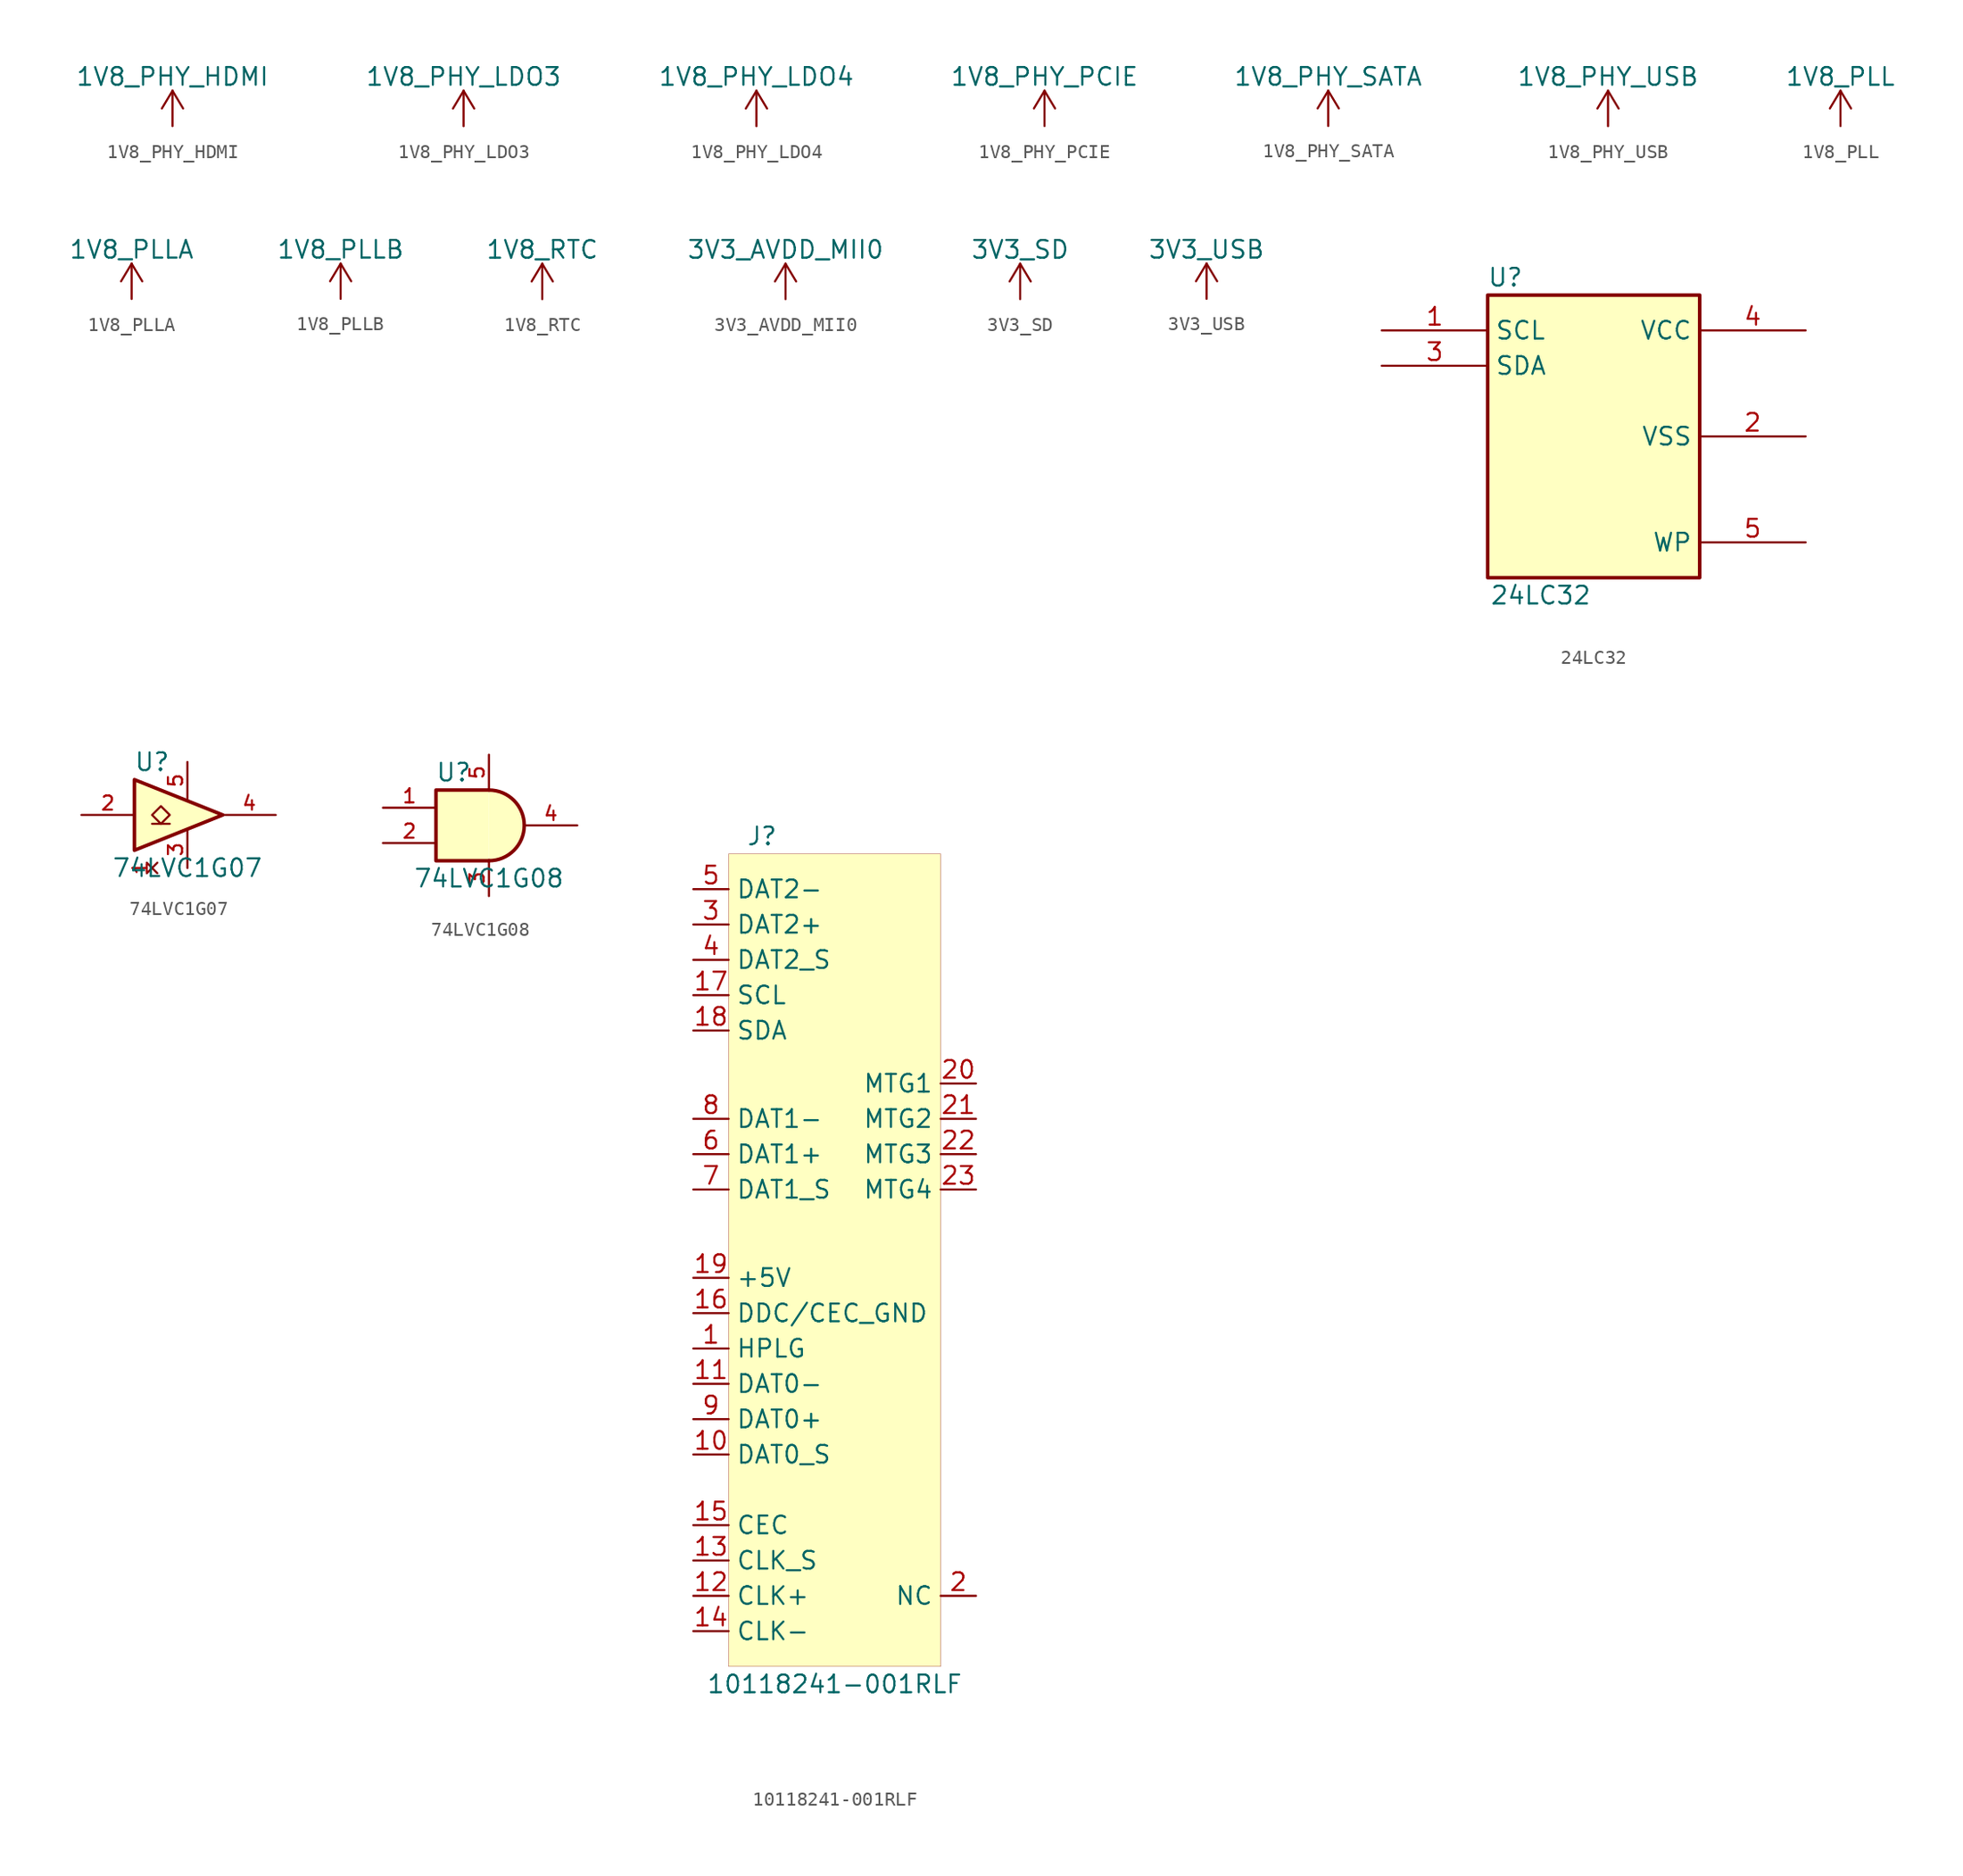
<source format=kicad_sym>
(kicad_symbol_lib
  (version 20201005)
  (generator kicad_symbol_editor)
  (symbol "beaglebone-ai:1V8_PHY_HDMI"
    (power)
    (pin_names
      (offset 0))
    (property "Reference" "#PWR"
      (at 0 -3.81 0)
      (effects (font (size 1.27 1.27)) hide))
    (property "Value" "1V8_PHY_HDMI"
      (at 0 3.556 0)
      (effects (font (size 1.27 1.27))))
    (symbol "1V8_PHY_HDMI_0_1"
      (polyline (pts (xy -0.762 1.27) (xy 0 2.54)) (stroke (width 0)) (fill (type none)))
      (polyline (pts (xy 0 0) (xy 0 2.54)) (stroke (width 0)) (fill (type none)))
      (polyline (pts (xy 0 2.54) (xy 0.762 1.27)) (stroke (width 0)) (fill (type none))))
    (symbol "1V8_PHY_HDMI_1_1"
      (pin power_in line (at 0 0 90) (length 0) hide (name "1V8_PHY_HDMI" (effects (font (size 1.27 1.27)))) (number "1" (effects (font (size 1.27 1.27)))))))
  (symbol "beaglebone-ai:1V8_PHY_LDO3"
    (power)
    (pin_names
      (offset 0))
    (property "Reference" "#PWR"
      (at 0 -3.81 0)
      (effects (font (size 1.27 1.27)) hide))
    (property "Value" "1V8_PHY_LDO3"
      (at 0 3.556 0)
      (effects (font (size 1.27 1.27))))
    (symbol "1V8_PHY_LDO3_0_1"
      (polyline (pts (xy -0.762 1.27) (xy 0 2.54)) (stroke (width 0)) (fill (type none)))
      (polyline (pts (xy 0 0) (xy 0 2.54)) (stroke (width 0)) (fill (type none)))
      (polyline (pts (xy 0 2.54) (xy 0.762 1.27)) (stroke (width 0)) (fill (type none))))
    (symbol "1V8_PHY_LDO3_1_1"
      (pin power_in line (at 0 0 90) (length 0) hide (name "1V8_PHY_LDO3" (effects (font (size 1.27 1.27)))) (number "1" (effects (font (size 1.27 1.27)))))))
  (symbol "beaglebone-ai:1V8_PHY_LDO4"
    (power)
    (pin_names
      (offset 0))
    (property "Reference" "#PWR"
      (at 0 -3.81 0)
      (effects (font (size 1.27 1.27)) hide))
    (property "Value" "1V8_PHY_LDO4"
      (at 0 3.556 0)
      (effects (font (size 1.27 1.27))))
    (symbol "1V8_PHY_LDO4_0_1"
      (polyline (pts (xy -0.762 1.27) (xy 0 2.54)) (stroke (width 0)) (fill (type none)))
      (polyline (pts (xy 0 0) (xy 0 2.54)) (stroke (width 0)) (fill (type none)))
      (polyline (pts (xy 0 2.54) (xy 0.762 1.27)) (stroke (width 0)) (fill (type none))))
    (symbol "1V8_PHY_LDO4_1_1"
      (pin power_in line (at 0 0 90) (length 0) hide (name "1V8_PHY_LDO4" (effects (font (size 1.27 1.27)))) (number "1" (effects (font (size 1.27 1.27)))))))
  (symbol "beaglebone-ai:1V8_PHY_PCIE"
    (power)
    (pin_names
      (offset 0))
    (property "Reference" "#PWR"
      (at 0 -3.81 0)
      (effects (font (size 1.27 1.27)) hide))
    (property "Value" "1V8_PHY_PCIE"
      (at 0 3.556 0)
      (effects (font (size 1.27 1.27))))
    (symbol "1V8_PHY_PCIE_0_1"
      (polyline (pts (xy -0.762 1.27) (xy 0 2.54)) (stroke (width 0)) (fill (type none)))
      (polyline (pts (xy 0 0) (xy 0 2.54)) (stroke (width 0)) (fill (type none)))
      (polyline (pts (xy 0 2.54) (xy 0.762 1.27)) (stroke (width 0)) (fill (type none))))
    (symbol "1V8_PHY_PCIE_1_1"
      (pin power_in line (at 0 0 90) (length 0) hide (name "1V8_PHY_PCIE" (effects (font (size 1.27 1.27)))) (number "1" (effects (font (size 1.27 1.27)))))))
  (symbol "beaglebone-ai:1V8_PHY_SATA"
    (power)
    (pin_names
      (offset 0))
    (property "Reference" "#PWR"
      (at 0 -3.81 0)
      (effects (font (size 1.27 1.27)) hide))
    (property "Value" "1V8_PHY_SATA"
      (at 0 3.556 0)
      (effects (font (size 1.27 1.27))))
    (symbol "1V8_PHY_SATA_0_1"
      (polyline (pts (xy -0.762 1.27) (xy 0 2.54)) (stroke (width 0)) (fill (type none)))
      (polyline (pts (xy 0 0) (xy 0 2.54)) (stroke (width 0)) (fill (type none)))
      (polyline (pts (xy 0 2.54) (xy 0.762 1.27)) (stroke (width 0)) (fill (type none))))
    (symbol "1V8_PHY_SATA_1_1"
      (pin power_in line (at 0 0 90) (length 0) hide (name "1V8_PHY_SATA" (effects (font (size 1.27 1.27)))) (number "1" (effects (font (size 1.27 1.27)))))))
  (symbol "beaglebone-ai:1V8_PHY_USB"
    (power)
    (pin_names
      (offset 0))
    (property "Reference" "#PWR"
      (at 0 -3.81 0)
      (effects (font (size 1.27 1.27)) hide))
    (property "Value" "1V8_PHY_USB"
      (at 0 3.556 0)
      (effects (font (size 1.27 1.27))))
    (symbol "1V8_PHY_USB_0_1"
      (polyline (pts (xy -0.762 1.27) (xy 0 2.54)) (stroke (width 0)) (fill (type none)))
      (polyline (pts (xy 0 0) (xy 0 2.54)) (stroke (width 0)) (fill (type none)))
      (polyline (pts (xy 0 2.54) (xy 0.762 1.27)) (stroke (width 0)) (fill (type none))))
    (symbol "1V8_PHY_USB_1_1"
      (pin power_in line (at 0 0 90) (length 0) hide (name "1V8_PHY_USB" (effects (font (size 1.27 1.27)))) (number "1" (effects (font (size 1.27 1.27)))))))
  (symbol "beaglebone-ai:1V8_PLL"
    (power)
    (pin_names
      (offset 0))
    (property "Reference" "#PWR"
      (at 0 -3.81 0)
      (effects (font (size 1.27 1.27)) hide))
    (property "Value" "1V8_PLL"
      (at 0 3.556 0)
      (effects (font (size 1.27 1.27))))
    (symbol "1V8_PLL_0_1"
      (polyline (pts (xy -0.762 1.27) (xy 0 2.54)) (stroke (width 0)) (fill (type none)))
      (polyline (pts (xy 0 0) (xy 0 2.54)) (stroke (width 0)) (fill (type none)))
      (polyline (pts (xy 0 2.54) (xy 0.762 1.27)) (stroke (width 0)) (fill (type none))))
    (symbol "1V8_PLL_1_1"
      (pin power_in line (at 0 0 90) (length 0) hide (name "1V8_PLL" (effects (font (size 1.27 1.27)))) (number "1" (effects (font (size 1.27 1.27)))))))
  (symbol "beaglebone-ai:1V8_PLLA"
    (power)
    (pin_names
      (offset 0))
    (property "Reference" "#PWR"
      (at 0 -3.81 0)
      (effects (font (size 1.27 1.27)) hide))
    (property "Value" "1V8_PLLA"
      (at 0 3.556 0)
      (effects (font (size 1.27 1.27))))
    (symbol "1V8_PLLA_0_1"
      (polyline (pts (xy -0.762 1.27) (xy 0 2.54)) (stroke (width 0)) (fill (type none)))
      (polyline (pts (xy 0 0) (xy 0 2.54)) (stroke (width 0)) (fill (type none)))
      (polyline (pts (xy 0 2.54) (xy 0.762 1.27)) (stroke (width 0)) (fill (type none))))
    (symbol "1V8_PLLA_1_1"
      (pin power_in line (at 0 0 90) (length 0) hide (name "1V8_PLLA" (effects (font (size 1.27 1.27)))) (number "1" (effects (font (size 1.27 1.27)))))))
  (symbol "beaglebone-ai:1V8_PLLB"
    (power)
    (pin_names
      (offset 0))
    (property "Reference" "#PWR"
      (at 0 -3.81 0)
      (effects (font (size 1.27 1.27)) hide))
    (property "Value" "1V8_PLLB"
      (at 0 3.556 0)
      (effects (font (size 1.27 1.27))))
    (symbol "1V8_PLLB_0_1"
      (polyline (pts (xy -0.762 1.27) (xy 0 2.54)) (stroke (width 0)) (fill (type none)))
      (polyline (pts (xy 0 0) (xy 0 2.54)) (stroke (width 0)) (fill (type none)))
      (polyline (pts (xy 0 2.54) (xy 0.762 1.27)) (stroke (width 0)) (fill (type none))))
    (symbol "1V8_PLLB_1_1"
      (pin power_in line (at 0 0 90) (length 0) hide (name "1V8_PLLB" (effects (font (size 1.27 1.27)))) (number "1" (effects (font (size 1.27 1.27)))))))
  (symbol "beaglebone-ai:1V8_RTC"
    (power)
    (pin_names
      (offset 0))
    (property "Reference" "#PWR"
      (at 0 -3.81 0)
      (effects (font (size 1.27 1.27)) hide))
    (property "Value" "1V8_RTC"
      (at 0 3.556 0)
      (effects (font (size 1.27 1.27))))
    (symbol "1V8_RTC_0_1"
      (polyline (pts (xy -0.762 1.27) (xy 0 2.54)) (stroke (width 0)) (fill (type none)))
      (polyline (pts (xy 0 0) (xy 0 2.54)) (stroke (width 0)) (fill (type none)))
      (polyline (pts (xy 0 2.54) (xy 0.762 1.27)) (stroke (width 0)) (fill (type none))))
    (symbol "1V8_RTC_1_1"
      (pin power_in line (at 0 0 90) (length 0) hide (name "1V8_RTC" (effects (font (size 1.27 1.27)))) (number "1" (effects (font (size 1.27 1.27)))))))
  (symbol "beaglebone-ai:3V3_AVDD_MII0"
    (power)
    (pin_names
      (offset 0))
    (property "Reference" "#PWR"
      (at 0 -3.81 0)
      (effects (font (size 1.27 1.27)) hide))
    (property "Value" "3V3_AVDD_MII0"
      (at 0 3.556 0)
      (effects (font (size 1.27 1.27))))
    (symbol "3V3_AVDD_MII0_0_1"
      (polyline (pts (xy -0.762 1.27) (xy 0 2.54)) (stroke (width 0)) (fill (type none)))
      (polyline (pts (xy 0 0) (xy 0 2.54)) (stroke (width 0)) (fill (type none)))
      (polyline (pts (xy 0 2.54) (xy 0.762 1.27)) (stroke (width 0)) (fill (type none))))
    (symbol "3V3_AVDD_MII0_1_1"
      (pin power_in line (at 0 0 90) (length 0) hide (name "3V3_AVDD_MII0" (effects (font (size 1.27 1.27)))) (number "1" (effects (font (size 1.27 1.27)))))))
  (symbol "beaglebone-ai:3V3_SD"
    (power)
    (pin_names
      (offset 0))
    (property "Reference" "#PWR"
      (at 0 -3.81 0)
      (effects (font (size 1.27 1.27)) hide))
    (property "Value" "3V3_SD"
      (at 0 3.556 0)
      (effects (font (size 1.27 1.27))))
    (symbol "3V3_SD_0_1"
      (polyline (pts (xy -0.762 1.27) (xy 0 2.54)) (stroke (width 0)) (fill (type none)))
      (polyline (pts (xy 0 0) (xy 0 2.54)) (stroke (width 0)) (fill (type none)))
      (polyline (pts (xy 0 2.54) (xy 0.762 1.27)) (stroke (width 0)) (fill (type none))))
    (symbol "3V3_SD_1_1"
      (pin power_in line (at 0 0 90) (length 0) hide (name "3V3_SD" (effects (font (size 1.27 1.27)))) (number "1" (effects (font (size 1.27 1.27)))))))
  (symbol "beaglebone-ai:3V3_USB"
    (power)
    (pin_names
      (offset 0))
    (property "Reference" "#PWR"
      (at 0 -3.81 0)
      (effects (font (size 1.27 1.27)) hide))
    (property "Value" "3V3_USB"
      (at 0 3.556 0)
      (effects (font (size 1.27 1.27))))
    (symbol "3V3_USB_0_1"
      (polyline (pts (xy -0.762 1.27) (xy 0 2.54)) (stroke (width 0)) (fill (type none)))
      (polyline (pts (xy 0 0) (xy 0 2.54)) (stroke (width 0)) (fill (type none)))
      (polyline (pts (xy 0 2.54) (xy 0.762 1.27)) (stroke (width 0)) (fill (type none))))
    (symbol "3V3_USB_1_1"
      (pin power_in line (at 0 0 90) (length 0) hide (name "3V3_USB" (effects (font (size 1.27 1.27)))) (number "1" (effects (font (size 1.27 1.27)))))))
  (symbol "beaglebone-ai:24LC32"
    (property "Reference" "U"
      (at 1.27 1.27 0)
      (effects (font (size 1.27 1.27))))
    (property "Value" "24LC32"
      (at 3.81 -21.59 0)
      (effects (font (size 1.27 1.27))))
    (symbol "24LC32_1_0"
      (rectangle (start 15.24 0) (end 0 -20.32) (stroke (width 0.254)) (fill (type background)))
      (pin input line (at -7.62 -2.54 0) (length 7.62) (name "SCL" (effects (font (size 1.27 1.27)))) (number "1" (effects (font (size 1.27 1.27)))))
      (pin bidirectional line (at -7.62 -5.08 0) (length 7.62) (name "SDA" (effects (font (size 1.27 1.27)))) (number "3" (effects (font (size 1.27 1.27)))))
      (pin power_in line (at 22.86 -2.54 180) (length 7.62) (name "VCC" (effects (font (size 1.27 1.27)))) (number "4" (effects (font (size 1.27 1.27)))))
      (pin power_in line (at 22.86 -10.16 180) (length 7.62) (name "VSS" (effects (font (size 1.27 1.27)))) (number "2" (effects (font (size 1.27 1.27)))))
      (pin input line (at 22.86 -17.78 180) (length 7.62) (name "WP" (effects (font (size 1.27 1.27)))) (number "5" (effects (font (size 1.27 1.27)))))))
  (symbol "beaglebone-ai:74LVC1G07"
    (pin_names
      (offset 1.016) hide)
    (property "Reference" "U"
      (at -2.54 3.81 0)
      (effects (font (size 1.27 1.27))))
    (property "Value" "74LVC1G07"
      (at 0 -3.81 0)
      (effects (font (size 1.27 1.27))))
    (symbol "74LVC1G07_0_1"
      (polyline (pts (xy -2.54 -0.635) (xy -1.27 -0.635)) (stroke (width 0)) (fill (type none)))
      (polyline (pts (xy -3.81 2.54) (xy -3.81 -2.54) (xy 2.54 0) (xy -3.81 2.54)) (stroke (width 0.254)) (fill (type background)))
      (polyline (pts (xy -1.905 0.635) (xy -2.54 0) (xy -1.905 -0.635) (xy -1.27 0) (xy -1.905 0.635)) (stroke (width 0)) (fill (type none))))
    (symbol "74LVC1G07_1_1"
      (pin input line (at -7.62 0 0) (length 3.81) (name "~" (effects (font (size 1.016 1.016)))) (number "2" (effects (font (size 1.016 1.016)))))
      (pin power_in line (at 0 -3.81 90) (length 2.667) (name "GND" (effects (font (size 1.016 1.016)))) (number "3" (effects (font (size 1.016 1.016)))))
      (pin open_collector line (at 6.35 0 180) (length 3.81) (name "~" (effects (font (size 1.016 1.016)))) (number "4" (effects (font (size 1.016 1.016)))))
      (pin power_in line (at 0 3.81 270) (length 2.667) (name "VCC" (effects (font (size 1.016 1.016)))) (number "5" (effects (font (size 1.016 1.016)))))
      (pin no_connect line (at -2.54 -3.81 90) (length 0) (name "~" (effects (font (size 1.016 1.016)))) (number "1" (effects (font (size 1.016 1.016)))))))
  (symbol "beaglebone-ai:74LVC1G08"
    (pin_names
      (offset 1.016) hide)
    (property "Reference" "U"
      (at -2.54 3.81 0)
      (effects (font (size 1.27 1.27))))
    (property "Value" "74LVC1G08"
      (at 0 -3.81 0)
      (effects (font (size 1.27 1.27))))
    (symbol "74LVC1G08_0_1"
      (arc (start 0 -2.54) (end 0 2.54) (radius (at 0 0) (length 2.54) (angles -89.9 89.9)) (stroke (width 0.254)) (fill (type background)))
      (polyline (pts (xy 0 -2.54) (xy -3.81 -2.54) (xy -3.81 2.54) (xy 0 2.54)) (stroke (width 0.254)) (fill (type background))))
    (symbol "74LVC1G08_1_1"
      (pin input line (at -7.62 1.27 0) (length 3.81) (name "~" (effects (font (size 1.016 1.016)))) (number "1" (effects (font (size 1.016 1.016)))))
      (pin input line (at -7.62 -1.27 0) (length 3.81) (name "~" (effects (font (size 1.016 1.016)))) (number "2" (effects (font (size 1.016 1.016)))))
      (pin power_in line (at 0 -5.08 90) (length 2.54) (name "GND" (effects (font (size 1.016 1.016)))) (number "3" (effects (font (size 1.016 1.016)))))
      (pin output line (at 6.35 0 180) (length 3.81) (name "~" (effects (font (size 1.016 1.016)))) (number "4" (effects (font (size 1.016 1.016)))))
      (pin power_in line (at 0 5.08 270) (length 2.54) (name "VCC" (effects (font (size 1.016 1.016)))) (number "5" (effects (font (size 1.016 1.016)))))))
  (symbol "beaglebone-ai:10118241-001RLF"
    (property "Reference" "J"
      (at -6.35 30.48 0)
      (effects (font (size 1.27 1.27)) (justify left)))
    (property "Value" "10118241-001RLF"
      (at 0 -30.48 0)
      (effects (font (size 1.27 1.27))))
    (symbol "10118241-001RLF_0_0"
      (pin passive line (at -10.16 -6.35 0) (length 2.54) (name "HPLG" (effects (font (size 1.27 1.27)))) (number "1" (effects (font (size 1.27 1.27)))))
      (pin passive line (at 10.16 -24.13 180) (length 2.54) (name "NC" (effects (font (size 1.27 1.27)))) (number "2" (effects (font (size 1.27 1.27)))))
      (pin passive line (at -10.16 24.13 0) (length 2.54) (name "DAT2+" (effects (font (size 1.27 1.27)))) (number "3" (effects (font (size 1.27 1.27)))))
      (pin passive line (at -10.16 21.59 0) (length 2.54) (name "DAT2_S" (effects (font (size 1.27 1.27)))) (number "4" (effects (font (size 1.27 1.27)))))
      (pin passive line (at -10.16 26.67 0) (length 2.54) (name "DAT2-" (effects (font (size 1.27 1.27)))) (number "5" (effects (font (size 1.27 1.27)))))
      (pin passive line (at -10.16 7.62 0) (length 2.54) (name "DAT1+" (effects (font (size 1.27 1.27)))) (number "6" (effects (font (size 1.27 1.27)))))
      (pin passive line (at -10.16 5.08 0) (length 2.54) (name "DAT1_S" (effects (font (size 1.27 1.27)))) (number "7" (effects (font (size 1.27 1.27)))))
      (pin passive line (at -10.16 10.16 0) (length 2.54) (name "DAT1-" (effects (font (size 1.27 1.27)))) (number "8" (effects (font (size 1.27 1.27)))))
      (pin passive line (at -10.16 -11.43 0) (length 2.54) (name "DAT0+" (effects (font (size 1.27 1.27)))) (number "9" (effects (font (size 1.27 1.27)))))
      (pin passive line (at -10.16 -13.97 0) (length 2.54) (name "DAT0_S" (effects (font (size 1.27 1.27)))) (number "10" (effects (font (size 1.27 1.27)))))
      (pin passive line (at -10.16 -8.89 0) (length 2.54) (name "DAT0-" (effects (font (size 1.27 1.27)))) (number "11" (effects (font (size 1.27 1.27)))))
      (pin passive line (at -10.16 -24.13 0) (length 2.54) (name "CLK+" (effects (font (size 1.27 1.27)))) (number "12" (effects (font (size 1.27 1.27)))))
      (pin passive line (at -10.16 -21.59 0) (length 2.54) (name "CLK_S" (effects (font (size 1.27 1.27)))) (number "13" (effects (font (size 1.27 1.27)))))
      (pin passive line (at -10.16 -26.67 0) (length 2.54) (name "CLK-" (effects (font (size 1.27 1.27)))) (number "14" (effects (font (size 1.27 1.27)))))
      (pin passive line (at -10.16 -19.05 0) (length 2.54) (name "CEC" (effects (font (size 1.27 1.27)))) (number "15" (effects (font (size 1.27 1.27)))))
      (pin passive line (at -10.16 -3.81 0) (length 2.54) (name "DDC/CEC_GND" (effects (font (size 1.27 1.27)))) (number "16" (effects (font (size 1.27 1.27)))))
      (pin passive line (at -10.16 19.05 0) (length 2.54) (name "SCL" (effects (font (size 1.27 1.27)))) (number "17" (effects (font (size 1.27 1.27)))))
      (pin passive line (at -10.16 16.51 0) (length 2.54) (name "SDA" (effects (font (size 1.27 1.27)))) (number "18" (effects (font (size 1.27 1.27)))))
      (pin passive line (at -10.16 -1.27 0) (length 2.54) (name "+5V" (effects (font (size 1.27 1.27)))) (number "19" (effects (font (size 1.27 1.27)))))
      (pin passive line (at 10.16 12.7 180) (length 2.54) (name "MTG1" (effects (font (size 1.27 1.27)))) (number "20" (effects (font (size 1.27 1.27)))))
      (pin passive line (at 10.16 10.16 180) (length 2.54) (name "MTG2" (effects (font (size 1.27 1.27)))) (number "21" (effects (font (size 1.27 1.27)))))
      (pin passive line (at 10.16 7.62 180) (length 2.54) (name "MTG3" (effects (font (size 1.27 1.27)))) (number "22" (effects (font (size 1.27 1.27)))))
      (pin passive line (at 10.16 5.08 180) (length 2.54) (name "MTG4" (effects (font (size 1.27 1.27)))) (number "23" (effects (font (size 1.27 1.27))))))
    (symbol "10118241-001RLF_0_1"
      (rectangle (start -7.62 29.21) (end 7.62 -29.21) (stroke (width 0.001)) (fill (type background))))))
</source>
